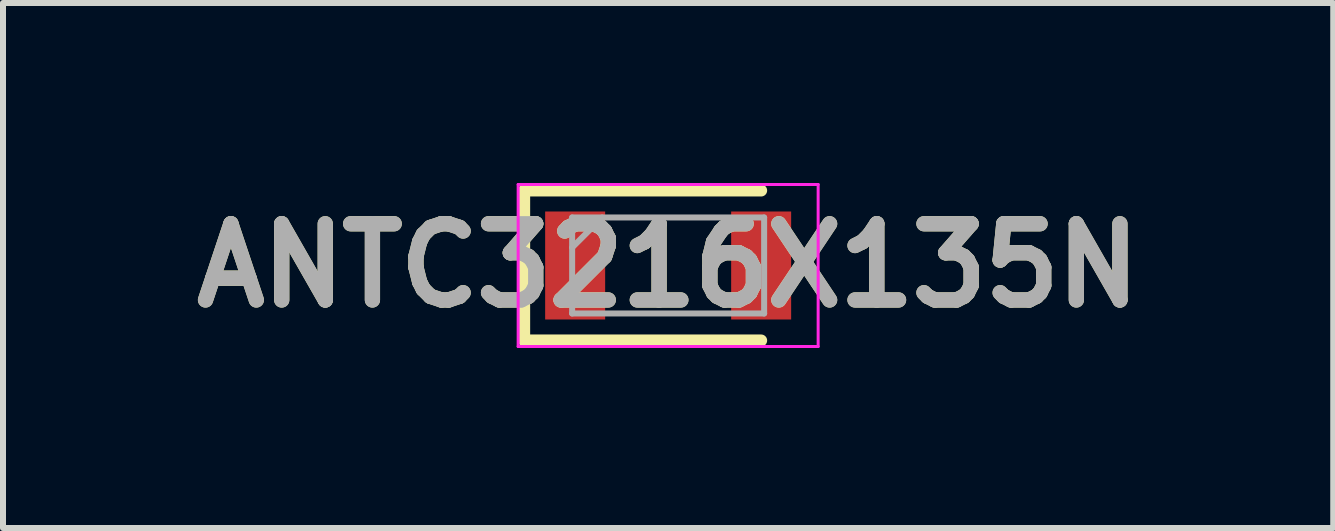
<source format=kicad_pcb>
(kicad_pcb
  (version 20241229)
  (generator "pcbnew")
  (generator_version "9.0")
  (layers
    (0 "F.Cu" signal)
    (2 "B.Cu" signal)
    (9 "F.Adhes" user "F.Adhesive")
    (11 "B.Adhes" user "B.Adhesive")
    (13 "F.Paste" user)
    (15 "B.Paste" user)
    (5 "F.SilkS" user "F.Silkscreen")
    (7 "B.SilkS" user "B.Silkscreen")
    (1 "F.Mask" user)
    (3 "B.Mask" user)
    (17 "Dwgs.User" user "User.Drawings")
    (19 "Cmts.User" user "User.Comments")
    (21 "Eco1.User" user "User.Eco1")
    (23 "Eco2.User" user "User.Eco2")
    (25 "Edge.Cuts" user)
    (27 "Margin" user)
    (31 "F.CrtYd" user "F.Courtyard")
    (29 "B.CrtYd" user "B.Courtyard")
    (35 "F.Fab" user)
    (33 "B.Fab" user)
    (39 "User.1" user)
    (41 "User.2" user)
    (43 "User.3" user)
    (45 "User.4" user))
  (footprint "ANTC3216X135N"
    (layer "F.Cu")
    (at 8.086 1.375)
    (property "Reference" "ANTC3216X135N" (at 0 0 0) (layer "F.SilkS") (effects (font (size 1.27 1.27) (thickness 0.254))))
    (attr smd)
    (fp_line (start -2.4 -1.25) (end -2.4 1.25) (stroke (width 0.2) (type solid)) (layer "F.SilkS"))
    (fp_line (start -2.4 1.25) (end 1.55 1.25) (stroke (width 0.2) (type solid)) (layer "F.SilkS"))
    (fp_line (start 1.55 -1.25) (end -2.4 -1.25) (stroke (width 0.2) (type solid)) (layer "F.SilkS"))
    (fp_line (start -2.5 -1.35) (end 2.5 -1.35) (stroke (width 0.05) (type solid)) (layer "F.CrtYd"))
    (fp_line (start -2.5 1.35) (end -2.5 -1.35) (stroke (width 0.05) (type solid)) (layer "F.CrtYd"))
    (fp_line (start 2.5 -1.35) (end 2.5 1.35) (stroke (width 0.05) (type solid)) (layer "F.CrtYd"))
    (fp_line (start 2.5 1.35) (end -2.5 1.35) (stroke (width 0.05) (type solid)) (layer "F.CrtYd"))
    (fp_line (start -1.6 -0.8) (end 1.6 -0.8) (stroke (width 0.1) (type solid)) (layer "F.Fab"))
    (fp_line (start -1.6 -0.3) (end -1.1 -0.8) (stroke (width 0.1) (type solid)) (layer "F.Fab"))
    (fp_line (start -1.6 0.8) (end -1.6 -0.8) (stroke (width 0.1) (type solid)) (layer "F.Fab"))
    (fp_line (start 1.6 -0.8) (end 1.6 0.8) (stroke (width 0.1) (type solid)) (layer "F.Fab"))
    (fp_line (start 1.6 0.8) (end -1.6 0.8) (stroke (width 0.1) (type solid)) (layer "F.Fab"))
    (fp_text user "${REFERENCE}" (at 0 0 0) (layer "F.Fab") (effects (font (size 1.27 1.27) (thickness 0.254))))
    (pad "1" smd rect (at -1.55 0) (size 1 1.8) (layers "F.Cu" "F.Mask" "F.Paste"))
    (pad "2" smd rect (at 1.55 0) (size 1 1.8) (layers "F.Cu" "F.Mask" "F.Paste")))
  (gr_rect
    (start -3 -3)
    (end 19.171 5.75)
    (stroke (width 0.1) (type default))
    (fill no)
    (layer "Edge.Cuts")))
</source>
